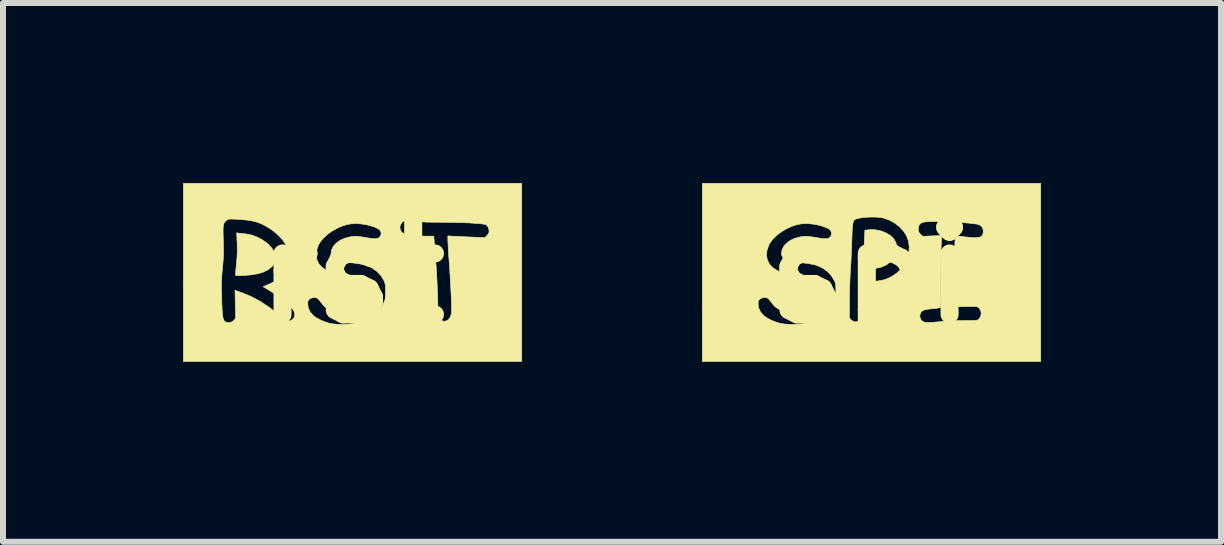
<source format=kicad_pcb>
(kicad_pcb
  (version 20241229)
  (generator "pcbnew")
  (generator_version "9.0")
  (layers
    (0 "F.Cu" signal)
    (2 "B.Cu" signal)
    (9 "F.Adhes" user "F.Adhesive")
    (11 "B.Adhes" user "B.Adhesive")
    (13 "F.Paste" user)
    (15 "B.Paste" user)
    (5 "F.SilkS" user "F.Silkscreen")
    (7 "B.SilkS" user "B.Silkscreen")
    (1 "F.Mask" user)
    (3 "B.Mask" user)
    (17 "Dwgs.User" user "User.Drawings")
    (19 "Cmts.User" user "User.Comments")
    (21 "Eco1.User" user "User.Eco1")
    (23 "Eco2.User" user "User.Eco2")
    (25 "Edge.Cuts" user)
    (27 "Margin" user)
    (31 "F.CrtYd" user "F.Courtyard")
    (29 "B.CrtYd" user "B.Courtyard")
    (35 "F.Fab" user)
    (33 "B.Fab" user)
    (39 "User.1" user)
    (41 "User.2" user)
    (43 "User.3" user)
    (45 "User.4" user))
  (footprint "spi"
    (layer "F.Cu")
    (at 11.467 1.5)
    (property "Reference" "spi" (at 0 0 0) (layer "F.SilkS") (effects (font (size 1.524 1.524) (thickness 0.3))))
    (attr through_hole)
    (fp_poly (pts (xy 0.151 -0.706) (xy 0.243 -0.671) (xy 0.325 -0.621) (xy 0.34 -0.608) (xy 0.388 -0.554) (xy 0.417 -0.494) (xy 0.428 -0.429) (xy 0.423 -0.362) (xy 0.401 -0.297) (xy 0.364 -0.235) (xy 0.313 -0.18) (xy 0.248 -0.134) (xy 0.171 -0.1) (xy 0.167 -0.099) (xy 0.085 -0.08) (xy -0.004 -0.071) (xy -0.085 -0.073) (xy -0.099 -0.074) (xy -0.11 -0.075) (xy -0.119 -0.078) (xy -0.125 -0.085) (xy -0.129 -0.099) (xy -0.131 -0.121) (xy -0.131 -0.155) (xy -0.129 -0.203) (xy -0.127 -0.266) (xy -0.123 -0.347) (xy -0.119 -0.425) (xy -0.105 -0.713) (xy -0.044 -0.721) (xy 0.053 -0.723) (xy 0.151 -0.706)) (stroke (width 0.01) (type solid)) (fill yes) (layer "F.SilkS"))
    (fp_poly (pts (xy 2.825 1.473) (xy -2.814 1.473) (xy -2.814 0.505) (xy -1.884 0.505) (xy -1.884 0.518) (xy -1.874 0.586) (xy -1.844 0.648) (xy -1.793 0.706) (xy -1.786 0.712) (xy -1.737 0.747) (xy -1.674 0.781) (xy -1.602 0.811) (xy -1.528 0.835) (xy -1.501 0.841) (xy -1.438 0.85) (xy -1.362 0.855) (xy -1.28 0.856) (xy -1.2 0.851) (xy -1.129 0.843) (xy -1.113 0.84) (xy -0.995 0.807) (xy -0.887 0.761) (xy -0.862 0.746) (xy -0.363 0.746) (xy -0.334 0.78) (xy -0.299 0.806) (xy -0.256 0.814) (xy -0.211 0.803) (xy -0.207 0.801) (xy -0.192 0.791) (xy -0.18 0.777) (xy -0.171 0.757) (xy -0.164 0.728) (xy -0.159 0.688) (xy -0.156 0.634) (xy -0.155 0.564) (xy -0.154 0.476) (xy -0.154 0.426) (xy -0.154 0.137) (xy -0.008 0.137) (xy 0.084 0.135) (xy 0.161 0.125) (xy 0.23 0.108) (xy 0.297 0.081) (xy 0.352 0.052) (xy 0.438 -0.008) (xy 0.51 -0.081) (xy 0.567 -0.164) (xy 0.607 -0.253) (xy 0.63 -0.348) (xy 0.634 -0.444) (xy 0.619 -0.539) (xy 0.588 -0.623) (xy 0.539 -0.699) (xy 0.506 -0.734) (xy 0.786 -0.734) (xy 0.788 -0.699) (xy 0.797 -0.675) (xy 0.817 -0.652) (xy 0.824 -0.646) (xy 0.861 -0.612) (xy 1.02 -0.619) (xy 1.179 -0.625) (xy 1.17 -0.524) (xy 1.168 -0.492) (xy 1.166 -0.44) (xy 1.164 -0.372) (xy 1.163 -0.291) (xy 1.162 -0.199) (xy 1.161 -0.099) (xy 1.16 0.006) (xy 1.16 0.073) (xy 1.16 0.176) (xy 1.159 0.271) (xy 1.159 0.358) (xy 1.158 0.433) (xy 1.157 0.494) (xy 1.156 0.54) (xy 1.155 0.568) (xy 1.154 0.576) (xy 1.141 0.579) (xy 1.111 0.584) (xy 1.068 0.589) (xy 1.016 0.595) (xy 1.016 0.595) (xy 0.949 0.602) (xy 0.899 0.611) (xy 0.865 0.623) (xy 0.842 0.639) (xy 0.826 0.66) (xy 0.819 0.674) (xy 0.809 0.721) (xy 0.821 0.764) (xy 0.848 0.797) (xy 0.866 0.809) (xy 0.889 0.818) (xy 0.918 0.823) (xy 0.957 0.824) (xy 1.01 0.822) (xy 1.078 0.817) (xy 1.165 0.808) (xy 1.171 0.808) (xy 1.233 0.803) (xy 1.31 0.798) (xy 1.396 0.794) (xy 1.482 0.792) (xy 1.547 0.792) (xy 1.623 0.791) (xy 1.679 0.791) (xy 1.72 0.79) (xy 1.749 0.788) (xy 1.768 0.784) (xy 1.78 0.779) (xy 1.79 0.772) (xy 1.797 0.765) (xy 1.824 0.723) (xy 1.834 0.676) (xy 1.826 0.628) (xy 1.801 0.587) (xy 1.796 0.582) (xy 1.785 0.572) (xy 1.774 0.565) (xy 1.758 0.561) (xy 1.736 0.558) (xy 1.702 0.557) (xy 1.653 0.557) (xy 1.587 0.558) (xy 1.576 0.559) (xy 1.385 0.562) (xy 1.382 0.284) (xy 1.382 0.194) (xy 1.382 0.097) (xy 1.383 -0.003) (xy 1.384 -0.104) (xy 1.386 -0.204) (xy 1.388 -0.298) (xy 1.39 -0.384) (xy 1.393 -0.459) (xy 1.396 -0.519) (xy 1.399 -0.562) (xy 1.401 -0.579) (xy 1.408 -0.609) (xy 1.418 -0.621) (xy 1.421 -0.621) (xy 1.436 -0.618) (xy 1.469 -0.614) (xy 1.515 -0.608) (xy 1.571 -0.602) (xy 1.597 -0.599) (xy 1.682 -0.591) (xy 1.748 -0.589) (xy 1.797 -0.595) (xy 1.832 -0.607) (xy 1.854 -0.629) (xy 1.865 -0.66) (xy 1.868 -0.701) (xy 1.868 -0.701) (xy 1.859 -0.75) (xy 1.832 -0.786) (xy 1.788 -0.809) (xy 1.752 -0.817) (xy 1.663 -0.828) (xy 1.567 -0.837) (xy 1.466 -0.844) (xy 1.362 -0.851) (xy 1.261 -0.855) (xy 1.164 -0.858) (xy 1.075 -0.859) (xy 0.996 -0.858) (xy 0.932 -0.855) (xy 0.884 -0.85) (xy 0.867 -0.846) (xy 0.824 -0.827) (xy 0.797 -0.797) (xy 0.787 -0.753) (xy 0.786 -0.734) (xy 0.506 -0.734) (xy 0.473 -0.77) (xy 0.393 -0.832) (xy 0.303 -0.882) (xy 0.207 -0.916) (xy 0.203 -0.917) (xy 0.152 -0.927) (xy 0.091 -0.932) (xy 0.024 -0.934) (xy -0.046 -0.932) (xy -0.114 -0.927) (xy -0.175 -0.919) (xy -0.227 -0.909) (xy -0.264 -0.896) (xy -0.282 -0.884) (xy -0.293 -0.867) (xy -0.301 -0.845) (xy -0.307 -0.815) (xy -0.312 -0.774) (xy -0.316 -0.72) (xy -0.319 -0.651) (xy -0.322 -0.563) (xy -0.323 -0.533) (xy -0.326 -0.44) (xy -0.33 -0.337) (xy -0.335 -0.23) (xy -0.341 -0.128) (xy -0.346 -0.044) (xy -0.351 0.04) (xy -0.355 0.139) (xy -0.359 0.244) (xy -0.361 0.35) (xy -0.362 0.447) (xy -0.363 0.469) (xy -0.363 0.746) (xy -0.862 0.746) (xy -0.792 0.703) (xy -0.712 0.634) (xy -0.65 0.556) (xy -0.622 0.506) (xy -0.607 0.473) (xy -0.597 0.445) (xy -0.592 0.417) (xy -0.589 0.381) (xy -0.588 0.331) (xy -0.588 0.308) (xy -0.589 0.249) (xy -0.591 0.207) (xy -0.596 0.175) (xy -0.604 0.148) (xy -0.613 0.127) (xy -0.663 0.045) (xy -0.73 -0.026) (xy -0.811 -0.084) (xy -0.904 -0.127) (xy -0.922 -0.132) (xy -0.96 -0.142) (xy -1.014 -0.152) (xy -1.076 -0.162) (xy -1.141 -0.17) (xy -1.154 -0.171) (xy -1.254 -0.183) (xy -1.333 -0.197) (xy -1.395 -0.213) (xy -1.44 -0.233) (xy -1.47 -0.257) (xy -1.488 -0.287) (xy -1.495 -0.322) (xy -1.495 -0.33) (xy -1.484 -0.392) (xy -1.454 -0.45) (xy -1.406 -0.501) (xy -1.344 -0.546) (xy -1.268 -0.58) (xy -1.181 -0.603) (xy -1.164 -0.606) (xy -1.126 -0.611) (xy -1.091 -0.613) (xy -1.055 -0.611) (xy -1.01 -0.606) (xy -0.951 -0.597) (xy -0.942 -0.595) (xy -0.866 -0.583) (xy -0.808 -0.575) (xy -0.765 -0.572) (xy -0.734 -0.574) (xy -0.711 -0.581) (xy -0.693 -0.593) (xy -0.686 -0.599) (xy -0.664 -0.634) (xy -0.661 -0.674) (xy -0.678 -0.711) (xy -0.685 -0.719) (xy -0.72 -0.744) (xy -0.773 -0.767) (xy -0.838 -0.788) (xy -0.911 -0.806) (xy -0.987 -0.818) (xy -1.062 -0.824) (xy -1.085 -0.824) (xy -1.163 -0.82) (xy -1.236 -0.807) (xy -1.312 -0.782) (xy -1.397 -0.745) (xy -1.405 -0.741) (xy -1.488 -0.693) (xy -1.564 -0.637) (xy -1.63 -0.574) (xy -1.681 -0.51) (xy -1.708 -0.462) (xy -1.736 -0.377) (xy -1.744 -0.296) (xy -1.731 -0.221) (xy -1.698 -0.153) (xy -1.646 -0.095) (xy -1.575 -0.047) (xy -1.53 -0.025) (xy -1.489 -0.008) (xy -1.444 0.004) (xy -1.391 0.013) (xy -1.324 0.02) (xy -1.297 0.023) (xy -1.238 0.029) (xy -1.179 0.037) (xy -1.128 0.045) (xy -1.102 0.05) (xy -1.018 0.076) (xy -0.943 0.113) (xy -0.882 0.158) (xy -0.837 0.208) (xy -0.827 0.225) (xy -0.814 0.269) (xy -0.811 0.322) (xy -0.817 0.377) (xy -0.833 0.425) (xy -0.833 0.425) (xy -0.875 0.484) (xy -0.935 0.535) (xy -1.008 0.579) (xy -1.093 0.612) (xy -1.186 0.635) (xy -1.282 0.645) (xy -1.38 0.642) (xy -1.407 0.638) (xy -1.487 0.621) (xy -1.551 0.596) (xy -1.603 0.559) (xy -1.648 0.509) (xy -1.655 0.499) (xy -1.682 0.464) (xy -1.706 0.435) (xy -1.724 0.419) (xy -1.726 0.417) (xy -1.767 0.407) (xy -1.812 0.412) (xy -1.852 0.431) (xy -1.854 0.433) (xy -1.873 0.452) (xy -1.882 0.473) (xy -1.884 0.505) (xy -2.814 0.505) (xy -2.814 -1.495) (xy 2.825 -1.495) (xy 2.825 1.473)) (stroke (width 0.01) (type solid)) (fill yes) (layer "F.SilkS")))
  (footprint "rst"
    (layer "F.Cu")
    (at 2.819 1.5)
    (property "Reference" "rst" (at 0 0 0) (layer "F.SilkS") (effects (font (size 1.524 1.524) (thickness 0.3))))
    (attr through_hole)
    (fp_poly (pts (xy -1.894 -0.665) (xy -1.867 -0.662) (xy -1.827 -0.658) (xy -1.787 -0.654) (xy -1.68 -0.635) (xy -1.576 -0.596) (xy -1.499 -0.555) (xy -1.416 -0.495) (xy -1.35 -0.429) (xy -1.302 -0.358) (xy -1.273 -0.286) (xy -1.268 -0.258) (xy -1.266 -0.222) (xy -1.273 -0.193) (xy -1.289 -0.166) (xy -1.339 -0.106) (xy -1.402 -0.056) (xy -1.479 -0.017) (xy -1.572 0.011) (xy -1.682 0.03) (xy -1.798 0.04) (xy -1.857 0.043) (xy -1.898 0.044) (xy -1.924 0.043) (xy -1.938 0.041) (xy -1.944 0.035) (xy -1.945 0.027) (xy -1.945 0.025) (xy -1.944 0.007) (xy -1.941 -0.029) (xy -1.936 -0.078) (xy -1.931 -0.135) (xy -1.928 -0.161) (xy -1.919 -0.267) (xy -1.915 -0.369) (xy -1.917 -0.478) (xy -1.917 -0.497) (xy -1.925 -0.67) (xy -1.894 -0.665)) (stroke (width 0.01) (type solid)) (fill yes) (layer "F.SilkS"))
    (fp_poly (pts (xy 2.825 1.473) (xy -2.814 1.473) (xy -2.814 0.197) (xy -2.179 0.197) (xy -2.178 0.28) (xy -2.176 0.375) (xy -2.173 0.486) (xy -2.172 0.517) (xy -2.168 0.607) (xy -2.163 0.678) (xy -2.156 0.731) (xy -2.146 0.77) (xy -2.133 0.796) (xy -2.115 0.812) (xy -2.092 0.821) (xy -2.062 0.824) (xy -2.052 0.824) (xy -2.017 0.819) (xy -1.987 0.801) (xy -1.976 0.791) (xy -1.943 0.757) (xy -1.953 0.288) (xy -1.843 0.326) (xy -1.684 0.391) (xy -1.53 0.473) (xy -1.378 0.575) (xy -1.227 0.696) (xy -1.184 0.735) (xy -1.143 0.77) (xy -1.112 0.792) (xy -1.087 0.801) (xy -1.077 0.802) (xy -1.027 0.793) (xy -0.989 0.769) (xy -0.965 0.733) (xy -0.958 0.69) (xy -0.968 0.642) (xy -0.987 0.609) (xy -1.027 0.562) (xy -1.083 0.508) (xy -1.087 0.505) (xy -0.741 0.505) (xy -0.741 0.518) (xy -0.731 0.586) (xy -0.701 0.648) (xy -0.65 0.706) (xy -0.643 0.712) (xy -0.594 0.747) (xy -0.531 0.781) (xy -0.459 0.811) (xy -0.385 0.835) (xy -0.358 0.841) (xy -0.295 0.85) (xy -0.219 0.855) (xy -0.137 0.856) (xy -0.057 0.851) (xy 0.014 0.843) (xy 0.03 0.84) (xy 0.148 0.807) (xy 0.256 0.761) (xy 0.351 0.703) (xy 0.431 0.634) (xy 0.493 0.556) (xy 0.521 0.506) (xy 0.536 0.473) (xy 0.546 0.445) (xy 0.551 0.417) (xy 0.554 0.381) (xy 0.555 0.331) (xy 0.555 0.308) (xy 0.554 0.249) (xy 0.552 0.207) (xy 0.547 0.175) (xy 0.539 0.148) (xy 0.53 0.127) (xy 0.481 0.045) (xy 0.414 -0.026) (xy 0.332 -0.084) (xy 0.239 -0.127) (xy 0.221 -0.132) (xy 0.183 -0.142) (xy 0.129 -0.152) (xy 0.067 -0.162) (xy 0.002 -0.17) (xy -0.011 -0.171) (xy -0.111 -0.183) (xy -0.19 -0.197) (xy -0.252 -0.213) (xy -0.297 -0.233) (xy -0.327 -0.257) (xy -0.345 -0.287) (xy -0.352 -0.322) (xy -0.352 -0.33) (xy -0.341 -0.392) (xy -0.311 -0.45) (xy -0.263 -0.501) (xy -0.201 -0.546) (xy -0.125 -0.58) (xy -0.038 -0.603) (xy -0.021 -0.606) (xy 0.017 -0.611) (xy 0.052 -0.613) (xy 0.088 -0.611) (xy 0.133 -0.606) (xy 0.192 -0.597) (xy 0.201 -0.595) (xy 0.277 -0.583) (xy 0.335 -0.575) (xy 0.378 -0.572) (xy 0.409 -0.574) (xy 0.432 -0.581) (xy 0.45 -0.593) (xy 0.457 -0.599) (xy 0.479 -0.634) (xy 0.482 -0.674) (xy 0.465 -0.711) (xy 0.458 -0.719) (xy 0.423 -0.744) (xy 0.405 -0.752) (xy 0.795 -0.752) (xy 0.802 -0.723) (xy 0.815 -0.692) (xy 0.836 -0.672) (xy 0.861 -0.659) (xy 0.916 -0.642) (xy 0.991 -0.628) (xy 1.083 -0.62) (xy 1.19 -0.616) (xy 1.219 -0.615) (xy 1.36 -0.615) (xy 1.368 -0.503) (xy 1.371 -0.451) (xy 1.376 -0.385) (xy 1.382 -0.311) (xy 1.388 -0.236) (xy 1.391 -0.203) (xy 1.398 -0.12) (xy 1.404 -0.025) (xy 1.41 0.077) (xy 1.415 0.182) (xy 1.419 0.286) (xy 1.423 0.386) (xy 1.426 0.477) (xy 1.427 0.555) (xy 1.427 0.617) (xy 1.426 0.63) (xy 1.423 0.738) (xy 1.459 0.77) (xy 1.502 0.797) (xy 1.545 0.804) (xy 1.585 0.79) (xy 1.609 0.769) (xy 1.625 0.748) (xy 1.637 0.727) (xy 1.646 0.701) (xy 1.652 0.669) (xy 1.655 0.627) (xy 1.656 0.573) (xy 1.654 0.504) (xy 1.651 0.417) (xy 1.649 0.369) (xy 1.644 0.275) (xy 1.638 0.167) (xy 1.632 0.052) (xy 1.625 -0.062) (xy 1.618 -0.167) (xy 1.615 -0.203) (xy 1.609 -0.285) (xy 1.604 -0.363) (xy 1.6 -0.433) (xy 1.597 -0.492) (xy 1.594 -0.536) (xy 1.594 -0.559) (xy 1.594 -0.619) (xy 1.728 -0.611) (xy 1.791 -0.608) (xy 1.866 -0.605) (xy 1.947 -0.601) (xy 2.022 -0.598) (xy 2.036 -0.597) (xy 2.21 -0.59) (xy 2.242 -0.621) (xy 2.265 -0.649) (xy 2.279 -0.677) (xy 2.281 -0.682) (xy 2.28 -0.719) (xy 2.267 -0.76) (xy 2.245 -0.794) (xy 2.237 -0.802) (xy 2.217 -0.81) (xy 2.177 -0.817) (xy 2.119 -0.824) (xy 2.045 -0.829) (xy 1.956 -0.835) (xy 1.856 -0.839) (xy 1.745 -0.842) (xy 1.627 -0.845) (xy 1.502 -0.846) (xy 1.492 -0.846) (xy 1.356 -0.847) (xy 1.241 -0.849) (xy 1.145 -0.854) (xy 1.065 -0.86) (xy 1.033 -0.864) (xy 0.964 -0.871) (xy 0.912 -0.874) (xy 0.875 -0.871) (xy 0.849 -0.861) (xy 0.829 -0.843) (xy 0.813 -0.817) (xy 0.809 -0.81) (xy 0.796 -0.778) (xy 0.795 -0.752) (xy 0.405 -0.752) (xy 0.37 -0.767) (xy 0.305 -0.788) (xy 0.232 -0.806) (xy 0.156 -0.818) (xy 0.081 -0.824) (xy 0.058 -0.824) (xy -0.02 -0.82) (xy -0.093 -0.807) (xy -0.169 -0.782) (xy -0.254 -0.745) (xy -0.262 -0.741) (xy -0.345 -0.693) (xy -0.421 -0.637) (xy -0.487 -0.574) (xy -0.538 -0.51) (xy -0.565 -0.462) (xy -0.593 -0.377) (xy -0.601 -0.296) (xy -0.588 -0.221) (xy -0.555 -0.153) (xy -0.503 -0.095) (xy -0.432 -0.047) (xy -0.387 -0.025) (xy -0.346 -0.008) (xy -0.301 0.004) (xy -0.248 0.013) (xy -0.181 0.02) (xy -0.154 0.023) (xy -0.095 0.029) (xy -0.036 0.037) (xy 0.015 0.045) (xy 0.041 0.05) (xy 0.125 0.076) (xy 0.2 0.113) (xy 0.261 0.158) (xy 0.306 0.208) (xy 0.316 0.225) (xy 0.329 0.269) (xy 0.332 0.322) (xy 0.326 0.377) (xy 0.31 0.425) (xy 0.31 0.425) (xy 0.268 0.484) (xy 0.209 0.535) (xy 0.135 0.579) (xy 0.05 0.612) (xy -0.043 0.635) (xy -0.139 0.645) (xy -0.237 0.642) (xy -0.264 0.638) (xy -0.344 0.621) (xy -0.408 0.596) (xy -0.46 0.559) (xy -0.505 0.509) (xy -0.512 0.499) (xy -0.539 0.464) (xy -0.563 0.435) (xy -0.581 0.419) (xy -0.583 0.417) (xy -0.624 0.407) (xy -0.669 0.412) (xy -0.708 0.431) (xy -0.711 0.433) (xy -0.73 0.452) (xy -0.739 0.473) (xy -0.741 0.505) (xy -1.087 0.505) (xy -1.151 0.45) (xy -1.228 0.391) (xy -1.309 0.335) (xy -1.391 0.283) (xy -1.394 0.281) (xy -1.485 0.228) (xy -1.402 0.192) (xy -1.327 0.158) (xy -1.267 0.125) (xy -1.217 0.09) (xy -1.171 0.049) (xy -1.161 0.039) (xy -1.101 -0.034) (xy -1.061 -0.114) (xy -1.042 -0.197) (xy -1.041 -0.284) (xy -1.06 -0.371) (xy -1.097 -0.458) (xy -1.152 -0.543) (xy -1.225 -0.625) (xy -1.315 -0.702) (xy -1.39 -0.753) (xy -1.462 -0.795) (xy -1.531 -0.828) (xy -1.601 -0.853) (xy -1.678 -0.871) (xy -1.766 -0.884) (xy -1.869 -0.893) (xy -1.918 -0.896) (xy -1.977 -0.899) (xy -2.018 -0.9) (xy -2.046 -0.899) (xy -2.064 -0.896) (xy -2.078 -0.889) (xy -2.091 -0.88) (xy -2.111 -0.863) (xy -2.127 -0.846) (xy -2.138 -0.826) (xy -2.145 -0.8) (xy -2.15 -0.765) (xy -2.152 -0.718) (xy -2.151 -0.656) (xy -2.149 -0.577) (xy -2.148 -0.54) (xy -2.146 -0.443) (xy -2.145 -0.361) (xy -2.146 -0.289) (xy -2.15 -0.222) (xy -2.155 -0.152) (xy -2.159 -0.112) (xy -2.167 -0.029) (xy -2.173 0.047) (xy -2.177 0.12) (xy -2.179 0.197) (xy -2.814 0.197) (xy -2.814 -1.495) (xy 2.825 -1.495) (xy 2.825 1.473)) (stroke (width 0.01) (type solid)) (fill yes) (layer "F.SilkS")))
  (gr_rect
    (start -3 -3)
    (end 17.297 5.978)
    (stroke (width 0.1) (type default))
    (fill no)
    (layer "Edge.Cuts")))
</source>
